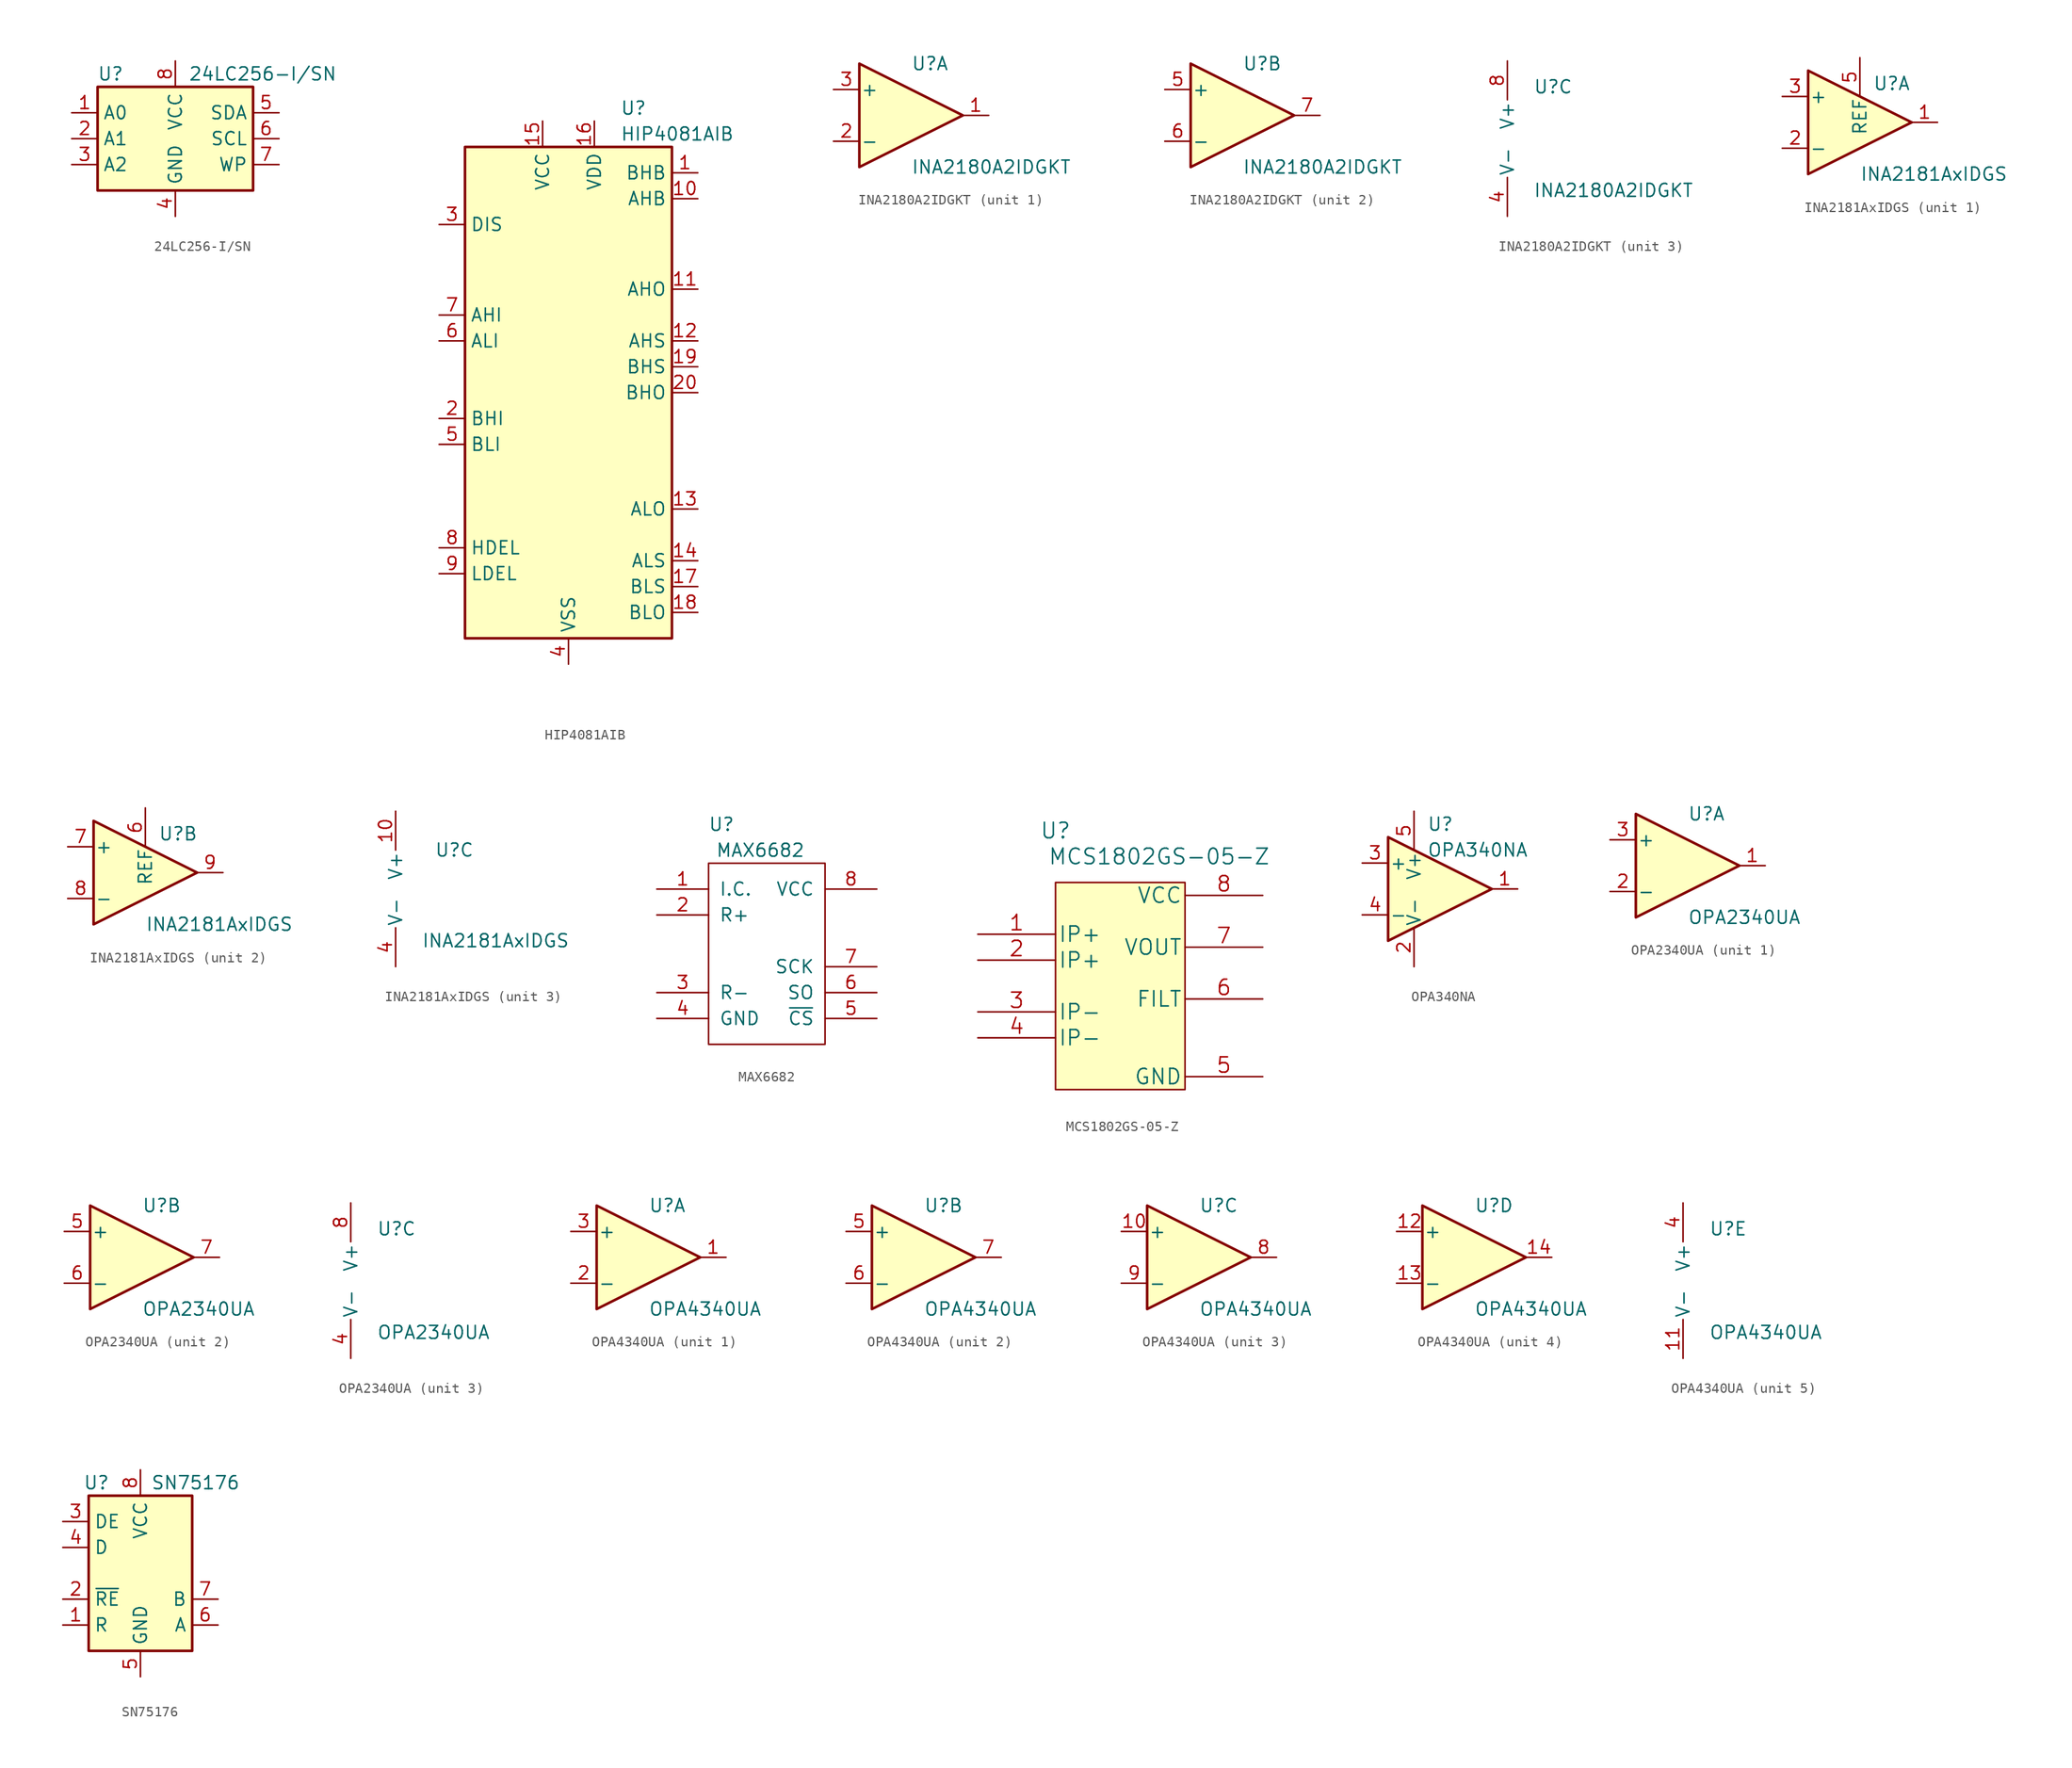
<source format=kicad_sym>
(kicad_symbol_lib
  (version 20231120)
  (generator "kicad_symbol_editor")
  (generator_version "8.0")
  (symbol "24LC256-I/SN"
    (property "Reference" "U"
      (at -6.35 6.35 0)
      (effects (font (size 1.27 1.27))))
    (property "Value" "24LC256-I{slash}SN"
      (at 1.27 6.35 0)
      (effects (font (size 1.27 1.27)) (justify left)))
    (symbol "24LC256-I/SN_1_1"
      (rectangle (start -7.62 5.08) (end 7.62 -5.08) (stroke (width 0.254) (type default)) (fill (type background)))
      (pin input line (at -10.16 2.54 0) (length 2.54) (name "A0" (effects (font (size 1.27 1.27)))) (number "1" (effects (font (size 1.27 1.27)))))
      (pin input line (at -10.16 0 0) (length 2.54) (name "A1" (effects (font (size 1.27 1.27)))) (number "2" (effects (font (size 1.27 1.27)))))
      (pin input line (at -10.16 -2.54 0) (length 2.54) (name "A2" (effects (font (size 1.27 1.27)))) (number "3" (effects (font (size 1.27 1.27)))))
      (pin power_in line (at 0 -7.62 90) (length 2.54) (name "GND" (effects (font (size 1.27 1.27)))) (number "4" (effects (font (size 1.27 1.27)))))
      (pin bidirectional line (at 10.16 2.54 180) (length 2.54) (name "SDA" (effects (font (size 1.27 1.27)))) (number "5" (effects (font (size 1.27 1.27)))))
      (pin input line (at 10.16 0 180) (length 2.54) (name "SCL" (effects (font (size 1.27 1.27)))) (number "6" (effects (font (size 1.27 1.27)))))
      (pin input line (at 10.16 -2.54 180) (length 2.54) (name "WP" (effects (font (size 1.27 1.27)))) (number "7" (effects (font (size 1.27 1.27)))))
      (pin power_in line (at 0 7.62 270) (length 2.54) (name "VCC" (effects (font (size 1.27 1.27)))) (number "8" (effects (font (size 1.27 1.27)))))))
  (symbol "HIP4081AIB"
    (property "Reference" "U"
      (at 5.08 21.59 0)
      (effects (font (size 1.27 1.27)) (justify left)))
    (property "Value" "HIP4081AIB"
      (at 5.08 19.05 0)
      (effects (font (size 1.27 1.27)) (justify left)))
    (symbol "HIP4081AIB_0_1"
      (rectangle (start -10.16 17.78) (end 10.16 -30.48) (stroke (width 0.254) (type default)) (fill (type background))))
    (symbol "HIP4081AIB_1_1"
      (pin input line (at 12.7 15.24 180) (length 2.54) (name "BHB" (effects (font (size 1.27 1.27)))) (number "1" (effects (font (size 1.27 1.27)))))
      (pin input line (at 12.7 12.7 180) (length 2.54) (name "AHB" (effects (font (size 1.27 1.27)))) (number "10" (effects (font (size 1.27 1.27)))))
      (pin output line (at 12.7 3.81 180) (length 2.54) (name "AHO" (effects (font (size 1.27 1.27)))) (number "11" (effects (font (size 1.27 1.27)))))
      (pin passive line (at 12.7 -1.27 180) (length 2.54) (name "AHS" (effects (font (size 1.27 1.27)))) (number "12" (effects (font (size 1.27 1.27)))))
      (pin output line (at 12.7 -17.78 180) (length 2.54) (name "ALO" (effects (font (size 1.27 1.27)))) (number "13" (effects (font (size 1.27 1.27)))))
      (pin passive line (at 12.7 -22.86 180) (length 2.54) (name "ALS" (effects (font (size 1.27 1.27)))) (number "14" (effects (font (size 1.27 1.27)))))
      (pin power_in line (at -2.54 20.32 270) (length 2.54) (name "VCC" (effects (font (size 1.27 1.27)))) (number "15" (effects (font (size 1.27 1.27)))))
      (pin power_in line (at 2.54 20.32 270) (length 2.54) (name "VDD" (effects (font (size 1.27 1.27)))) (number "16" (effects (font (size 1.27 1.27)))))
      (pin passive line (at 12.7 -25.4 180) (length 2.54) (name "BLS" (effects (font (size 1.27 1.27)))) (number "17" (effects (font (size 1.27 1.27)))))
      (pin output line (at 12.7 -27.94 180) (length 2.54) (name "BLO" (effects (font (size 1.27 1.27)))) (number "18" (effects (font (size 1.27 1.27)))))
      (pin passive line (at 12.7 -3.81 180) (length 2.54) (name "BHS" (effects (font (size 1.27 1.27)))) (number "19" (effects (font (size 1.27 1.27)))))
      (pin input line (at -12.7 -8.89 0) (length 2.54) (name "BHI" (effects (font (size 1.27 1.27)))) (number "2" (effects (font (size 1.27 1.27)))))
      (pin output line (at 12.7 -6.35 180) (length 2.54) (name "BHO" (effects (font (size 1.27 1.27)))) (number "20" (effects (font (size 1.27 1.27)))))
      (pin input line (at -12.7 10.16 0) (length 2.54) (name "DIS" (effects (font (size 1.27 1.27)))) (number "3" (effects (font (size 1.27 1.27)))))
      (pin power_in line (at 0 -33.02 90) (length 2.54) (name "VSS" (effects (font (size 1.27 1.27)))) (number "4" (effects (font (size 1.27 1.27)))))
      (pin input line (at -12.7 -11.43 0) (length 2.54) (name "BLI" (effects (font (size 1.27 1.27)))) (number "5" (effects (font (size 1.27 1.27)))))
      (pin input line (at -12.7 -1.27 0) (length 2.54) (name "ALI" (effects (font (size 1.27 1.27)))) (number "6" (effects (font (size 1.27 1.27)))))
      (pin input line (at -12.7 1.27 0) (length 2.54) (name "AHI" (effects (font (size 1.27 1.27)))) (number "7" (effects (font (size 1.27 1.27)))))
      (pin passive line (at -12.7 -21.59 0) (length 2.54) (name "HDEL" (effects (font (size 1.27 1.27)))) (number "8" (effects (font (size 1.27 1.27)))))
      (pin passive line (at -12.7 -24.13 0) (length 2.54) (name "LDEL" (effects (font (size 1.27 1.27)))) (number "9" (effects (font (size 1.27 1.27)))))))
  (symbol "INA2180A2IDGKT"
    (pin_names
      (offset 0.127))
    (property "Reference" "U"
      (at 0 5.08 0)
      (effects (font (size 1.27 1.27)) (justify left)))
    (property "Value" "INA2180A2IDGKT"
      (at 0 -5.08 0)
      (effects (font (size 1.27 1.27)) (justify left)))
    (property "ki_locked" ""
      (at 0 0 0)
      (effects (font (size 1.27 1.27))))
    (symbol "INA2180A2IDGKT_1_1"
      (polyline (pts (xy -5.08 5.08) (xy 5.08 0) (xy -5.08 -5.08) (xy -5.08 5.08)) (stroke (width 0.254) (type default)) (fill (type background)))
      (pin output line (at 7.62 0 180) (length 2.54) (name "~" (effects (font (size 1.27 1.27)))) (number "1" (effects (font (size 1.27 1.27)))))
      (pin input line (at -7.62 -2.54 0) (length 2.54) (name "-" (effects (font (size 1.27 1.27)))) (number "2" (effects (font (size 1.27 1.27)))))
      (pin input line (at -7.62 2.54 0) (length 2.54) (name "+" (effects (font (size 1.27 1.27)))) (number "3" (effects (font (size 1.27 1.27))))))
    (symbol "INA2180A2IDGKT_2_1"
      (polyline (pts (xy -5.08 5.08) (xy 5.08 0) (xy -5.08 -5.08) (xy -5.08 5.08)) (stroke (width 0.254) (type default)) (fill (type background)))
      (pin input line (at -7.62 2.54 0) (length 2.54) (name "+" (effects (font (size 1.27 1.27)))) (number "5" (effects (font (size 1.27 1.27)))))
      (pin input line (at -7.62 -2.54 0) (length 2.54) (name "-" (effects (font (size 1.27 1.27)))) (number "6" (effects (font (size 1.27 1.27)))))
      (pin output line (at 7.62 0 180) (length 2.54) (name "~" (effects (font (size 1.27 1.27)))) (number "7" (effects (font (size 1.27 1.27))))))
    (symbol "INA2180A2IDGKT_3_1"
      (pin power_in line (at -2.54 -7.62 90) (length 3.81) (name "V-" (effects (font (size 1.27 1.27)))) (number "4" (effects (font (size 1.27 1.27)))))
      (pin power_in line (at -2.54 7.62 270) (length 3.81) (name "V+" (effects (font (size 1.27 1.27)))) (number "8" (effects (font (size 1.27 1.27)))))))
  (symbol "INA2181AxIDGS"
    (pin_names
      (offset 0.127))
    (property "Reference" "U"
      (at 1.27 3.81 0)
      (effects (font (size 1.27 1.27)) (justify left)))
    (property "Value" "INA2181AxIDGS"
      (at 0 -5.08 0)
      (effects (font (size 1.27 1.27)) (justify left)))
    (property "ki_locked" ""
      (at 0 0 0)
      (effects (font (size 1.27 1.27))))
    (symbol "INA2181AxIDGS_1_1"
      (polyline (pts (xy -5.08 5.08) (xy 5.08 0) (xy -5.08 -5.08) (xy -5.08 5.08)) (stroke (width 0.254) (type default)) (fill (type background)))
      (pin output line (at 7.62 0 180) (length 2.54) (name "~" (effects (font (size 1.27 1.27)))) (number "1" (effects (font (size 1.27 1.27)))))
      (pin input line (at -7.62 -2.54 0) (length 2.54) (name "-" (effects (font (size 1.27 1.27)))) (number "2" (effects (font (size 1.27 1.27)))))
      (pin input line (at -7.62 2.54 0) (length 2.54) (name "+" (effects (font (size 1.27 1.27)))) (number "3" (effects (font (size 1.27 1.27)))))
      (pin passive line (at 0 6.35 270) (length 3.81) (name "REF" (effects (font (size 1.27 1.27)))) (number "5" (effects (font (size 1.27 1.27))))))
    (symbol "INA2181AxIDGS_2_1"
      (polyline (pts (xy -5.08 5.08) (xy 5.08 0) (xy -5.08 -5.08) (xy -5.08 5.08)) (stroke (width 0.254) (type default)) (fill (type background)))
      (pin passive line (at 0 6.35 270) (length 3.81) (name "REF" (effects (font (size 1.27 1.27)))) (number "6" (effects (font (size 1.27 1.27)))))
      (pin input line (at -7.62 2.54 0) (length 2.54) (name "+" (effects (font (size 1.27 1.27)))) (number "7" (effects (font (size 1.27 1.27)))))
      (pin input line (at -7.62 -2.54 0) (length 2.54) (name "-" (effects (font (size 1.27 1.27)))) (number "8" (effects (font (size 1.27 1.27)))))
      (pin output line (at 7.62 0 180) (length 2.54) (name "~" (effects (font (size 1.27 1.27)))) (number "9" (effects (font (size 1.27 1.27))))))
    (symbol "INA2181AxIDGS_3_1"
      (pin power_in line (at -2.54 7.62 270) (length 3.81) (name "V+" (effects (font (size 1.27 1.27)))) (number "10" (effects (font (size 1.27 1.27)))))
      (pin power_in line (at -2.54 -7.62 90) (length 3.81) (name "V-" (effects (font (size 1.27 1.27)))) (number "4" (effects (font (size 1.27 1.27)))))))
  (symbol "MAX6682"
    (pin_names
      (offset 1.016))
    (property "Reference" "U"
      (at -1.27 1.27 0)
      (effects (font (size 1.27 1.27))))
    (property "Value" "MAX6682"
      (at 2.54 -1.27 0)
      (effects (font (size 1.27 1.27))))
    (symbol "MAX6682_0_1"
      (rectangle (start -2.54 -2.54) (end 8.89 -20.32) (stroke (width 0) (type default)) (fill (type none))))
    (symbol "MAX6682_1_1"
      (pin passive line (at -7.62 -5.08 0) (length 5.08) (name "I.C." (effects (font (size 1.27 1.27)))) (number "1" (effects (font (size 1.27 1.27)))))
      (pin passive line (at -7.62 -7.62 0) (length 5.08) (name "R+" (effects (font (size 1.27 1.27)))) (number "2" (effects (font (size 1.27 1.27)))))
      (pin passive line (at -7.62 -15.24 0) (length 5.08) (name "R-" (effects (font (size 1.27 1.27)))) (number "3" (effects (font (size 1.27 1.27)))))
      (pin passive line (at -7.62 -17.78 0) (length 5.08) (name "GND" (effects (font (size 1.27 1.27)))) (number "4" (effects (font (size 1.27 1.27)))))
      (pin passive line (at 13.97 -17.78 180) (length 5.08) (name "~{CS}" (effects (font (size 1.27 1.27)))) (number "5" (effects (font (size 1.27 1.27)))))
      (pin passive line (at 13.97 -15.24 180) (length 5.08) (name "SO" (effects (font (size 1.27 1.27)))) (number "6" (effects (font (size 1.27 1.27)))))
      (pin passive line (at 13.97 -12.7 180) (length 5.08) (name "SCK" (effects (font (size 1.27 1.27)))) (number "7" (effects (font (size 1.27 1.27)))))
      (pin passive line (at 13.97 -5.08 180) (length 5.08) (name "VCC" (effects (font (size 1.27 1.27)))) (number "8" (effects (font (size 1.27 1.27)))))))
  (symbol "MCS1802GS-05-Z"
    (pin_names
      (offset 0.254))
    (property "Reference" "U"
      (at 7.62 7.62 0)
      (effects (font (size 1.524 1.524))))
    (property "Value" "MCS1802GS-05-Z"
      (at 17.78 5.08 0)
      (effects (font (size 1.524 1.524))))
    (symbol "MCS1802GS-05-Z_0_1"
      (rectangle (start 7.62 2.54) (end 20.32 -17.78) (stroke (width 0) (type default)) (fill (type background))))
    (symbol "MCS1802GS-05-Z_1_1"
      (pin passive line (at 0 -2.54 0) (length 7.62) (name "IP+" (effects (font (size 1.499 1.499)))) (number "1" (effects (font (size 1.499 1.499)))))
      (pin passive line (at 0 -5.08 0) (length 7.62) (name "IP+" (effects (font (size 1.499 1.499)))) (number "2" (effects (font (size 1.499 1.499)))))
      (pin passive line (at 0 -10.16 0) (length 7.62) (name "IP-" (effects (font (size 1.499 1.499)))) (number "3" (effects (font (size 1.499 1.499)))))
      (pin passive line (at 0 -12.7 0) (length 7.62) (name "IP-" (effects (font (size 1.499 1.499)))) (number "4" (effects (font (size 1.499 1.499)))))
      (pin power_in line (at 27.94 -16.51 180) (length 7.62) (name "GND" (effects (font (size 1.499 1.499)))) (number "5" (effects (font (size 1.499 1.499)))))
      (pin passive line (at 27.94 -8.89 180) (length 7.62) (name "FILT" (effects (font (size 1.499 1.499)))) (number "6" (effects (font (size 1.499 1.499)))))
      (pin output line (at 27.94 -3.81 180) (length 7.62) (name "VOUT" (effects (font (size 1.499 1.499)))) (number "7" (effects (font (size 1.499 1.499)))))
      (pin power_in line (at 27.94 1.27 180) (length 7.62) (name "VCC" (effects (font (size 1.499 1.499)))) (number "8" (effects (font (size 1.499 1.499)))))))
  (symbol "OPA340NA"
    (pin_names
      (offset 0.127))
    (property "Reference" "U"
      (at -1.27 6.35 0)
      (effects (font (size 1.27 1.27)) (justify left)))
    (property "Value" "OPA340NA"
      (at -1.27 3.81 0)
      (effects (font (size 1.27 1.27)) (justify left)))
    (symbol "OPA340NA_0_1"
      (polyline (pts (xy -5.08 5.08) (xy 5.08 0) (xy -5.08 -5.08) (xy -5.08 5.08)) (stroke (width 0.254) (type default)) (fill (type background)))
      (pin power_in line (at -2.54 -7.62 90) (length 3.81) (name "V-" (effects (font (size 1.27 1.27)))) (number "2" (effects (font (size 1.27 1.27)))))
      (pin power_in line (at -2.54 7.62 270) (length 3.81) (name "V+" (effects (font (size 1.27 1.27)))) (number "5" (effects (font (size 1.27 1.27))))))
    (symbol "OPA340NA_1_1"
      (pin output line (at 7.62 0 180) (length 2.54) (name "~" (effects (font (size 1.27 1.27)))) (number "1" (effects (font (size 1.27 1.27)))))
      (pin input line (at -7.62 2.54 0) (length 2.54) (name "+" (effects (font (size 1.27 1.27)))) (number "3" (effects (font (size 1.27 1.27)))))
      (pin input line (at -7.62 -2.54 0) (length 2.54) (name "-" (effects (font (size 1.27 1.27)))) (number "4" (effects (font (size 1.27 1.27)))))))
  (symbol "OPA2340UA"
    (pin_names
      (offset 0.127))
    (property "Reference" "U"
      (at 0 5.08 0)
      (effects (font (size 1.27 1.27)) (justify left)))
    (property "Value" "OPA2340UA"
      (at 0 -5.08 0)
      (effects (font (size 1.27 1.27)) (justify left)))
    (property "ki_locked" ""
      (at 0 0 0)
      (effects (font (size 1.27 1.27))))
    (symbol "OPA2340UA_1_1"
      (polyline (pts (xy -5.08 5.08) (xy 5.08 0) (xy -5.08 -5.08) (xy -5.08 5.08)) (stroke (width 0.254) (type default)) (fill (type background)))
      (pin output line (at 7.62 0 180) (length 2.54) (name "~" (effects (font (size 1.27 1.27)))) (number "1" (effects (font (size 1.27 1.27)))))
      (pin input line (at -7.62 -2.54 0) (length 2.54) (name "-" (effects (font (size 1.27 1.27)))) (number "2" (effects (font (size 1.27 1.27)))))
      (pin input line (at -7.62 2.54 0) (length 2.54) (name "+" (effects (font (size 1.27 1.27)))) (number "3" (effects (font (size 1.27 1.27))))))
    (symbol "OPA2340UA_2_1"
      (polyline (pts (xy -5.08 5.08) (xy 5.08 0) (xy -5.08 -5.08) (xy -5.08 5.08)) (stroke (width 0.254) (type default)) (fill (type background)))
      (pin input line (at -7.62 2.54 0) (length 2.54) (name "+" (effects (font (size 1.27 1.27)))) (number "5" (effects (font (size 1.27 1.27)))))
      (pin input line (at -7.62 -2.54 0) (length 2.54) (name "-" (effects (font (size 1.27 1.27)))) (number "6" (effects (font (size 1.27 1.27)))))
      (pin output line (at 7.62 0 180) (length 2.54) (name "~" (effects (font (size 1.27 1.27)))) (number "7" (effects (font (size 1.27 1.27))))))
    (symbol "OPA2340UA_3_1"
      (pin power_in line (at -2.54 -7.62 90) (length 3.81) (name "V-" (effects (font (size 1.27 1.27)))) (number "4" (effects (font (size 1.27 1.27)))))
      (pin power_in line (at -2.54 7.62 270) (length 3.81) (name "V+" (effects (font (size 1.27 1.27)))) (number "8" (effects (font (size 1.27 1.27)))))))
  (symbol "OPA4340UA"
    (pin_names
      (offset 0.127))
    (property "Reference" "U"
      (at 0 5.08 0)
      (effects (font (size 1.27 1.27)) (justify left)))
    (property "Value" "OPA4340UA"
      (at 0 -5.08 0)
      (effects (font (size 1.27 1.27)) (justify left)))
    (property "ki_locked" ""
      (at 0 0 0)
      (effects (font (size 1.27 1.27))))
    (symbol "OPA4340UA_1_1"
      (polyline (pts (xy -5.08 5.08) (xy 5.08 0) (xy -5.08 -5.08) (xy -5.08 5.08)) (stroke (width 0.254) (type default)) (fill (type background)))
      (pin output line (at 7.62 0 180) (length 2.54) (name "~" (effects (font (size 1.27 1.27)))) (number "1" (effects (font (size 1.27 1.27)))))
      (pin input line (at -7.62 -2.54 0) (length 2.54) (name "-" (effects (font (size 1.27 1.27)))) (number "2" (effects (font (size 1.27 1.27)))))
      (pin input line (at -7.62 2.54 0) (length 2.54) (name "+" (effects (font (size 1.27 1.27)))) (number "3" (effects (font (size 1.27 1.27))))))
    (symbol "OPA4340UA_2_1"
      (polyline (pts (xy -5.08 5.08) (xy 5.08 0) (xy -5.08 -5.08) (xy -5.08 5.08)) (stroke (width 0.254) (type default)) (fill (type background)))
      (pin input line (at -7.62 2.54 0) (length 2.54) (name "+" (effects (font (size 1.27 1.27)))) (number "5" (effects (font (size 1.27 1.27)))))
      (pin input line (at -7.62 -2.54 0) (length 2.54) (name "-" (effects (font (size 1.27 1.27)))) (number "6" (effects (font (size 1.27 1.27)))))
      (pin output line (at 7.62 0 180) (length 2.54) (name "~" (effects (font (size 1.27 1.27)))) (number "7" (effects (font (size 1.27 1.27))))))
    (symbol "OPA4340UA_3_1"
      (polyline (pts (xy -5.08 5.08) (xy 5.08 0) (xy -5.08 -5.08) (xy -5.08 5.08)) (stroke (width 0.254) (type default)) (fill (type background)))
      (pin input line (at -7.62 2.54 0) (length 2.54) (name "+" (effects (font (size 1.27 1.27)))) (number "10" (effects (font (size 1.27 1.27)))))
      (pin output line (at 7.62 0 180) (length 2.54) (name "~" (effects (font (size 1.27 1.27)))) (number "8" (effects (font (size 1.27 1.27)))))
      (pin input line (at -7.62 -2.54 0) (length 2.54) (name "-" (effects (font (size 1.27 1.27)))) (number "9" (effects (font (size 1.27 1.27))))))
    (symbol "OPA4340UA_4_1"
      (polyline (pts (xy -5.08 5.08) (xy 5.08 0) (xy -5.08 -5.08) (xy -5.08 5.08)) (stroke (width 0.254) (type default)) (fill (type background)))
      (pin input line (at -7.62 2.54 0) (length 2.54) (name "+" (effects (font (size 1.27 1.27)))) (number "12" (effects (font (size 1.27 1.27)))))
      (pin input line (at -7.62 -2.54 0) (length 2.54) (name "-" (effects (font (size 1.27 1.27)))) (number "13" (effects (font (size 1.27 1.27)))))
      (pin output line (at 7.62 0 180) (length 2.54) (name "~" (effects (font (size 1.27 1.27)))) (number "14" (effects (font (size 1.27 1.27))))))
    (symbol "OPA4340UA_5_1"
      (pin power_in line (at -2.54 -7.62 90) (length 3.81) (name "V-" (effects (font (size 1.27 1.27)))) (number "11" (effects (font (size 1.27 1.27)))))
      (pin power_in line (at -2.54 7.62 270) (length 3.81) (name "V+" (effects (font (size 1.27 1.27)))) (number "4" (effects (font (size 1.27 1.27)))))))
  (symbol "SN75176"
    (property "Reference" "U"
      (at -4.318 8.89 0)
      (effects (font (size 1.27 1.27))))
    (property "Value" "SN75176"
      (at 1.016 8.89 0)
      (effects (font (size 1.27 1.27)) (justify left)))
    (symbol "SN75176_0_1"
      (rectangle (start -5.08 7.62) (end 5.08 -7.62) (stroke (width 0.254) (type default)) (fill (type background))))
    (symbol "SN75176_1_1"
      (pin output line (at -7.62 -5.08 0) (length 2.54) (name "R" (effects (font (size 1.27 1.27)))) (number "1" (effects (font (size 1.27 1.27)))))
      (pin input line (at -7.62 -2.54 0) (length 2.54) (name "~{RE}" (effects (font (size 1.27 1.27)))) (number "2" (effects (font (size 1.27 1.27)))))
      (pin input line (at -7.62 5.08 0) (length 2.54) (name "DE" (effects (font (size 1.27 1.27)))) (number "3" (effects (font (size 1.27 1.27)))))
      (pin input line (at -7.62 2.54 0) (length 2.54) (name "D" (effects (font (size 1.27 1.27)))) (number "4" (effects (font (size 1.27 1.27)))))
      (pin power_in line (at 0 -10.16 90) (length 2.54) (name "GND" (effects (font (size 1.27 1.27)))) (number "5" (effects (font (size 1.27 1.27)))))
      (pin bidirectional line (at 7.62 -5.08 180) (length 2.54) (name "A" (effects (font (size 1.27 1.27)))) (number "6" (effects (font (size 1.27 1.27)))))
      (pin bidirectional line (at 7.62 -2.54 180) (length 2.54) (name "B" (effects (font (size 1.27 1.27)))) (number "7" (effects (font (size 1.27 1.27)))))
      (pin power_in line (at 0 10.16 270) (length 2.54) (name "VCC" (effects (font (size 1.27 1.27)))) (number "8" (effects (font (size 1.27 1.27))))))))
</source>
